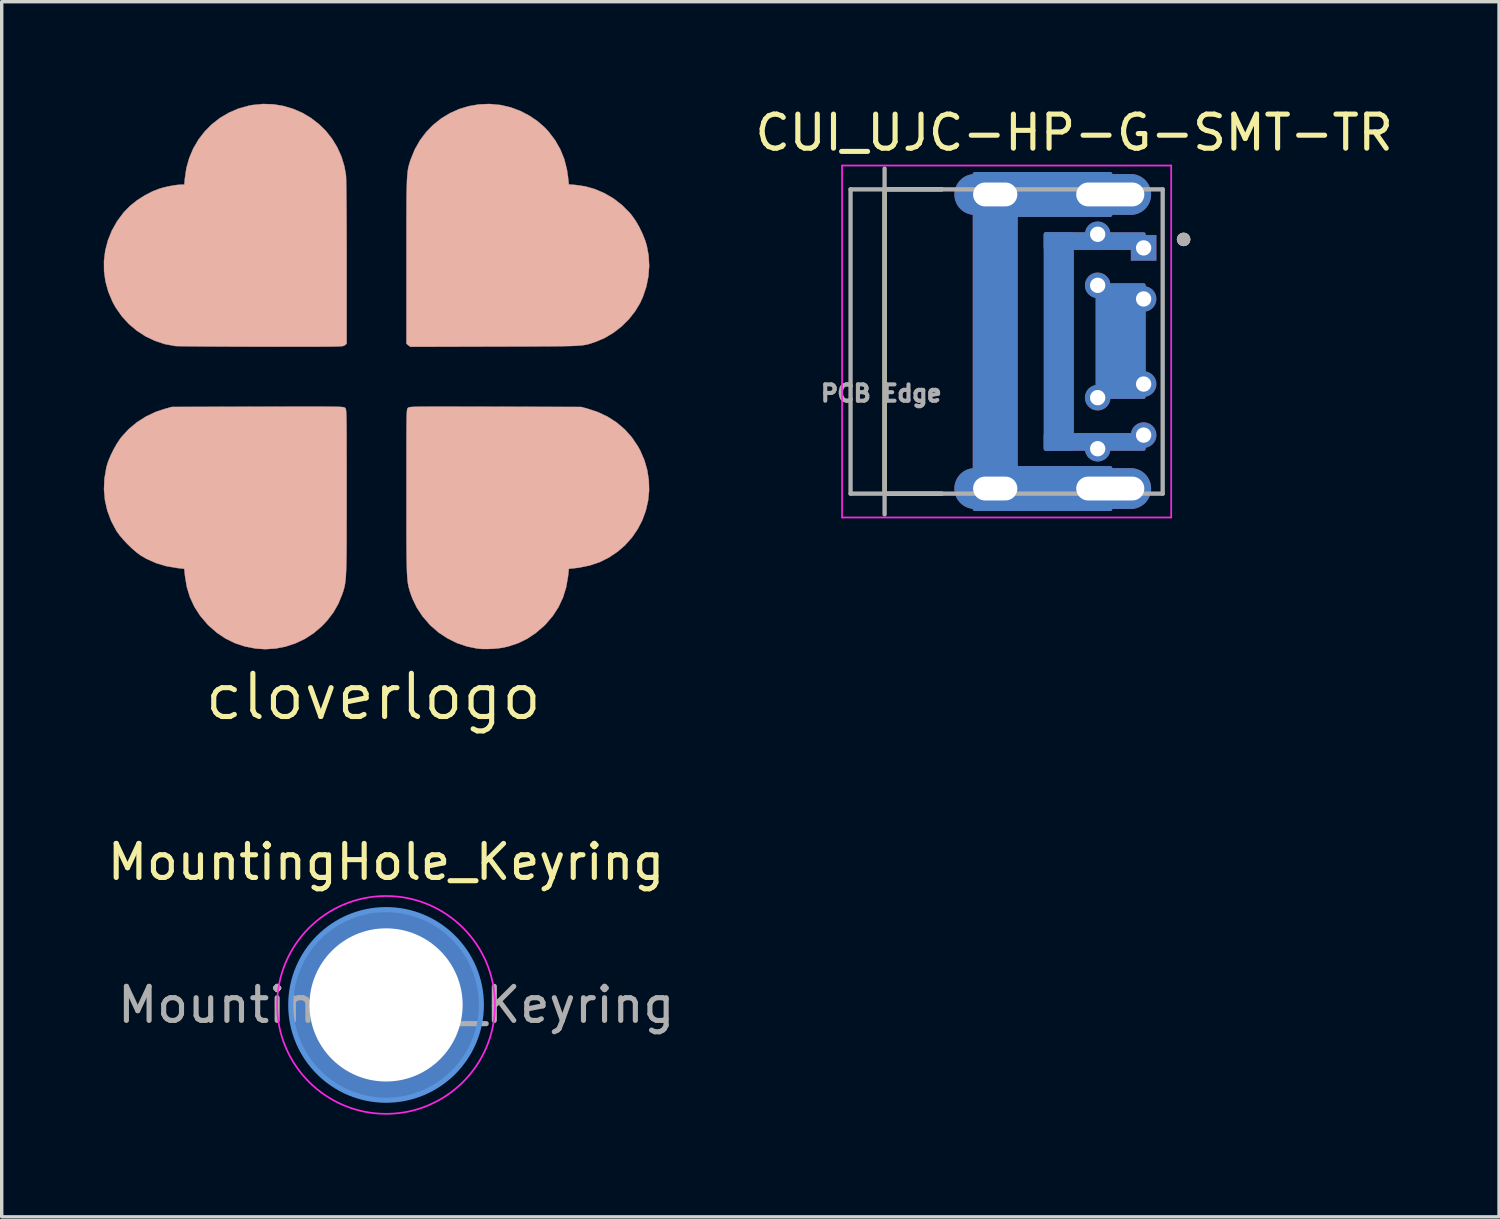
<source format=kicad_pcb>
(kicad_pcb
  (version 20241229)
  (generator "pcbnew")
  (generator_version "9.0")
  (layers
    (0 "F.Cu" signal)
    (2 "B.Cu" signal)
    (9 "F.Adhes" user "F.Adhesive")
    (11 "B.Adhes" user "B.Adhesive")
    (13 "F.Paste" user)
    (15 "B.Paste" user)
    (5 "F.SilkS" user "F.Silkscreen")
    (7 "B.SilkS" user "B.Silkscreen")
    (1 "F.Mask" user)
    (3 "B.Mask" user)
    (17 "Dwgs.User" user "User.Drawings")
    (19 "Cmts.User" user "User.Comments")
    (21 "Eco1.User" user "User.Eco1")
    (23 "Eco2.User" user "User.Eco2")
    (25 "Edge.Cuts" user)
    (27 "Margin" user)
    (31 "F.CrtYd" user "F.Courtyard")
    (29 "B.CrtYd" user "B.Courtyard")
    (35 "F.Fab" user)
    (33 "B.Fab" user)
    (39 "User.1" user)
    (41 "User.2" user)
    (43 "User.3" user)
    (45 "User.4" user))
  (footprint "MountingHole_Keyring"
    (layer "F.Cu")
    (at 8.292 26.474)
    (property "Reference" "MountingHole_Keyring" (at 0 -4.2 0) (layer "F.SilkS") (effects (font (size 1 1) (thickness 0.15))))
    (attr exclude_from_pos_files exclude_from_bom)
    (fp_circle (center 0 0) (end 2.8 0) (stroke (width 0.15) (type solid)) (fill no) (layer "Cmts.User"))
    (fp_circle (center 0 0) (end 3.2 0) (stroke (width 0.05) (type solid)) (fill no) (layer "F.CrtYd"))
    (fp_text user "${REFERENCE}" (at 0.3 0 0) (layer "F.Fab") (effects (font (size 1 1) (thickness 0.15))))
    (pad "1" thru_hole circle (at 0 0) (size 5.6 5.6) (drill 4.5) (layers "*.Cu" "*.Mask")))
  (footprint "CUI_UJC-HP-G-SMT-TR"
    (layer "F.Cu")
    (at 26.524 6.983)
    (property "Reference" "CUI_UJC-HP-G-SMT-TR" (at 1.985 -6.135 0) (layer "F.SilkS") (effects (font (size 1 1) (thickness 0.15))))
    (attr through_hole)
    (fp_rect (start -0.935 -4.92) (end 0.265 4.92) (stroke (width 0.12) (type solid)) (fill yes) (layer "F.Cu"))
    (fp_rect (start -0.335 3.72) (end 3.045 4.92) (stroke (width 0.12) (type solid)) (fill yes) (layer "F.Cu"))
    (fp_rect (start 1.151 -3.15) (end 1.913 3.15) (stroke (width 0.12) (type solid)) (fill yes) (layer "F.Cu"))
    (fp_rect (start 1.151 -3.15) (end 4.025 -2.75) (stroke (width 0.12) (type solid)) (fill yes) (layer "F.Cu"))
    (fp_rect (start 2.675 -1.65) (end 4.025 1.625) (stroke (width 0.12) (type solid)) (fill yes) (layer "F.Cu"))
    (fp_rect (start 3.045 -4.92) (end -0.335 -3.72) (stroke (width 0.12) (type solid)) (fill yes) (layer "F.Cu"))
    (fp_rect (start 4.025 2.75) (end 1.151 3.15) (stroke (width 0.12) (type solid)) (fill yes) (layer "F.Cu"))
    (fp_rect (start -0.935 -4.92) (end 0.265 4.92) (stroke (width 0.12) (type solid)) (fill yes) (layer "B.Cu"))
    (fp_rect (start -0.335 3.72) (end 3.045 4.92) (stroke (width 0.12) (type solid)) (fill yes) (layer "B.Cu"))
    (fp_rect (start 1.151 -3.15) (end 1.913 3.15) (stroke (width 0.12) (type solid)) (fill yes) (layer "B.Cu"))
    (fp_rect (start 1.151 -3.15) (end 4.025 -2.75) (stroke (width 0.12) (type solid)) (fill yes) (layer "B.Cu"))
    (fp_rect (start 2.675 -1.65) (end 4.025 1.625) (stroke (width 0.12) (type solid)) (fill yes) (layer "B.Cu"))
    (fp_rect (start 3.045 -4.92) (end -0.335 -3.72) (stroke (width 0.12) (type solid)) (fill yes) (layer "B.Cu"))
    (fp_rect (start 4.025 2.75) (end 1.151 3.15) (stroke (width 0.12) (type solid)) (fill yes) (layer "B.Cu"))
    (fp_line (start -3.585 -4.47) (end -3.585 4.47) (stroke (width 0.127) (type solid)) (layer "F.SilkS"))
    (fp_line (start -3.585 4.47) (end -1.9 4.47) (stroke (width 0.127) (type solid)) (layer "F.SilkS"))
    (fp_line (start -1.9 -4.47) (end -3.585 -4.47) (stroke (width 0.127) (type solid)) (layer "F.SilkS"))
    (fp_circle (center 5.2 -3) (end 5.3 -3) (stroke (width 0.2) (type solid)) (fill no) (layer "F.SilkS"))
    (fp_line (start -4.835 -5.17) (end -4.835 5.17) (stroke (width 0.05) (type solid)) (layer "F.CrtYd"))
    (fp_line (start -4.835 5.17) (end 4.835 5.17) (stroke (width 0.05) (type solid)) (layer "F.CrtYd"))
    (fp_line (start 4.835 -5.17) (end -4.835 -5.17) (stroke (width 0.05) (type solid)) (layer "F.CrtYd"))
    (fp_line (start 4.835 5.17) (end 4.835 -5.17) (stroke (width 0.05) (type solid)) (layer "F.CrtYd"))
    (fp_line (start -4.585 -4.47) (end -4.585 4.47) (stroke (width 0.127) (type solid)) (layer "F.Fab"))
    (fp_line (start -4.585 4.47) (end 4.585 4.47) (stroke (width 0.127) (type solid)) (layer "F.Fab"))
    (fp_line (start -3.585 -5.08) (end -3.585 5.08) (stroke (width 0.127) (type solid)) (layer "F.Fab"))
    (fp_line (start 4.585 -4.47) (end -4.585 -4.47) (stroke (width 0.127) (type solid)) (layer "F.Fab"))
    (fp_line (start 4.585 4.47) (end 4.585 -4.47) (stroke (width 0.127) (type solid)) (layer "F.Fab"))
    (fp_circle (center 5.2 -3) (end 5.3 -3) (stroke (width 0.2) (type solid)) (fill no) (layer "F.Fab"))
    (fp_text user "PCB Edge" (at -3.683 1.524 0) (layer "F.Fab") (effects (font (size 0.48 0.48) (thickness 0.15))))
    (pad "1" thru_hole circle (at 2.675 -1.65) (size 0.75 0.75) (drill 0.45) (layers "*.Cu" "*.Mask"))
    (pad "1" thru_hole circle (at 2.675 1.65) (size 0.75 0.75) (drill 0.45) (layers "*.Cu" "*.Mask"))
    (pad "1" thru_hole circle (at 4.025 -1.25) (size 0.75 0.75) (drill 0.45) (layers "*.Cu" "*.Mask"))
    (pad "1" thru_hole circle (at 4.025 1.25) (size 0.75 0.75) (drill 0.45) (layers "*.Cu" "*.Mask"))
    (pad "2" thru_hole circle (at 2.675 -3.15) (size 0.75 0.75) (drill 0.45) (layers "*.Cu" "*.Mask"))
    (pad "2" thru_hole circle (at 2.675 3.15) (size 0.75 0.75) (drill 0.45) (layers "*.Cu" "*.Mask"))
    (pad "2" thru_hole rect (at 4.025 -2.75) (size 0.75 0.75) (drill 0.45) (layers "*.Cu" "*.Mask"))
    (pad "2" thru_hole circle (at 4.025 2.75) (size 0.75 0.75) (drill 0.45) (layers "*.Cu" "*.Mask"))
    (pad "3" thru_hole oval (at -0.335 -4.32) (size 2.4 1.2) (drill oval 1.3 0.7) (layers "*.Cu" "*.Mask"))
    (pad "3" thru_hole oval (at -0.335 4.32) (size 2.4 1.2) (drill oval 1.3 0.7) (layers "*.Cu" "*.Mask"))
    (pad "3" thru_hole oval (at 3.045 -4.32) (size 2.4 1.2) (drill oval 2 0.7) (layers "*.Cu" "*.Mask"))
    (pad "3" thru_hole oval (at 3.045 4.32) (size 2.4 1.2) (drill oval 2 0.7) (layers "*.Cu" "*.Mask")))
  (footprint "cloverlogo"
    (layer "F.Cu")
    (at 7.917 7.92)
    (property "Reference" "cloverlogo" (at 0 9.5 0) (layer "F.SilkS") (effects (font (size 1.27 1.27) (thickness 0.15))))
    (attr through_hole)
    (fp_poly (pts (xy 3.73 -7.886) (xy 3.745 -7.884) (xy 4.032 -7.817) (xy 4.313 -7.713) (xy 4.58 -7.575) (xy 4.827 -7.408) (xy 5.048 -7.214) (xy 5.147 -7.106) (xy 5.34 -6.852) (xy 5.494 -6.583) (xy 5.61 -6.297) (xy 5.688 -5.992) (xy 5.72 -5.776) (xy 5.745 -5.551) (xy 5.931 -5.537) (xy 6.227 -5.494) (xy 6.517 -5.411) (xy 6.796 -5.291) (xy 7.06 -5.136) (xy 7.302 -4.949) (xy 7.52 -4.732) (xy 7.588 -4.652) (xy 7.702 -4.492) (xy 7.812 -4.303) (xy 7.91 -4.101) (xy 7.99 -3.899) (xy 8.033 -3.757) (xy 8.089 -3.461) (xy 8.105 -3.157) (xy 8.082 -2.85) (xy 8.021 -2.547) (xy 7.923 -2.254) (xy 7.842 -2.074) (xy 7.692 -1.824) (xy 7.508 -1.591) (xy 7.296 -1.381) (xy 7.059 -1.197) (xy 6.805 -1.045) (xy 6.539 -0.93) (xy 6.51 -0.92) (xy 6.456 -0.902) (xy 6.407 -0.886) (xy 6.361 -0.871) (xy 6.316 -0.858) (xy 6.268 -0.847) (xy 6.216 -0.837) (xy 6.157 -0.828) (xy 6.088 -0.821) (xy 6.007 -0.815) (xy 5.911 -0.809) (xy 5.799 -0.805) (xy 5.667 -0.802) (xy 5.512 -0.799) (xy 5.333 -0.797) (xy 5.128 -0.795) (xy 4.892 -0.794) (xy 4.624 -0.792) (xy 4.322 -0.791) (xy 3.983 -0.79) (xy 3.604 -0.789) (xy 3.565 -0.789) (xy 1.087 -0.782) (xy 0.974 -0.871) (xy 0.974 -3.288) (xy 0.974 -3.675) (xy 0.974 -4.022) (xy 0.974 -4.332) (xy 0.975 -4.607) (xy 0.976 -4.85) (xy 0.977 -5.063) (xy 0.979 -5.249) (xy 0.982 -5.41) (xy 0.986 -5.549) (xy 0.99 -5.668) (xy 0.996 -5.769) (xy 1.003 -5.856) (xy 1.011 -5.931) (xy 1.02 -5.996) (xy 1.031 -6.054) (xy 1.044 -6.106) (xy 1.058 -6.157) (xy 1.074 -6.208) (xy 1.091 -6.262) (xy 1.101 -6.29) (xy 1.22 -6.581) (xy 1.372 -6.848) (xy 1.554 -7.09) (xy 1.763 -7.304) (xy 1.997 -7.49) (xy 2.251 -7.644) (xy 2.523 -7.766) (xy 2.81 -7.852) (xy 3.109 -7.903) (xy 3.417 -7.915) (xy 3.73 -7.886)) (stroke (width 0.01) (type solid)) (fill yes) (layer "B.SilkS"))
    (fp_poly (pts (xy -2.934 -7.905) (xy -2.639 -7.856) (xy -2.356 -7.772) (xy -2.086 -7.655) (xy -1.835 -7.506) (xy -1.603 -7.328) (xy -1.394 -7.124) (xy -1.212 -6.894) (xy -1.058 -6.641) (xy -0.935 -6.368) (xy -0.848 -6.077) (xy -0.805 -5.837) (xy -0.801 -5.786) (xy -0.798 -5.693) (xy -0.795 -5.561) (xy -0.792 -5.39) (xy -0.79 -5.181) (xy -0.788 -4.936) (xy -0.786 -4.656) (xy -0.785 -4.342) (xy -0.784 -3.995) (xy -0.783 -3.617) (xy -0.783 -3.267) (xy -0.783 -0.871) (xy -0.839 -0.827) (xy -0.848 -0.82) (xy -0.858 -0.814) (xy -0.872 -0.809) (xy -0.893 -0.804) (xy -0.921 -0.8) (xy -0.961 -0.797) (xy -1.014 -0.794) (xy -1.082 -0.791) (xy -1.168 -0.789) (xy -1.274 -0.788) (xy -1.403 -0.787) (xy -1.557 -0.786) (xy -1.738 -0.785) (xy -1.948 -0.785) (xy -2.191 -0.785) (xy -2.468 -0.785) (xy -2.782 -0.785) (xy -3.134 -0.786) (xy -3.289 -0.786) (xy -3.607 -0.786) (xy -3.915 -0.787) (xy -4.21 -0.788) (xy -4.489 -0.789) (xy -4.75 -0.791) (xy -4.989 -0.792) (xy -5.204 -0.794) (xy -5.392 -0.796) (xy -5.55 -0.798) (xy -5.675 -0.8) (xy -5.764 -0.802) (xy -5.814 -0.804) (xy -5.821 -0.805) (xy -6.124 -0.861) (xy -6.415 -0.957) (xy -6.69 -1.088) (xy -6.946 -1.254) (xy -7.18 -1.451) (xy -7.387 -1.677) (xy -7.564 -1.928) (xy -7.662 -2.106) (xy -7.785 -2.401) (xy -7.868 -2.701) (xy -7.91 -3.006) (xy -7.912 -3.31) (xy -7.874 -3.611) (xy -7.797 -3.906) (xy -7.682 -4.193) (xy -7.528 -4.467) (xy -7.336 -4.725) (xy -7.308 -4.757) (xy -7.139 -4.927) (xy -6.938 -5.087) (xy -6.715 -5.229) (xy -6.483 -5.349) (xy -6.276 -5.428) (xy -6.156 -5.463) (xy -6.02 -5.494) (xy -5.88 -5.52) (xy -5.751 -5.538) (xy -5.647 -5.546) (xy -5.639 -5.546) (xy -5.552 -5.546) (xy -5.537 -5.717) (xy -5.491 -6.03) (xy -5.407 -6.329) (xy -5.288 -6.609) (xy -5.135 -6.87) (xy -4.952 -7.108) (xy -4.741 -7.32) (xy -4.504 -7.505) (xy -4.244 -7.658) (xy -3.963 -7.779) (xy -3.663 -7.863) (xy -3.546 -7.885) (xy -3.237 -7.915) (xy -2.934 -7.905)) (stroke (width 0.01) (type solid)) (fill yes) (layer "B.SilkS"))
    (fp_poly (pts (xy 2.339 0.976) (xy 2.611 0.977) (xy 2.919 0.977) (xy 3.266 0.978) (xy 3.583 0.979) (xy 6.107 0.986) (xy 6.283 1.033) (xy 6.598 1.137) (xy 6.888 1.274) (xy 7.151 1.444) (xy 7.387 1.645) (xy 7.594 1.876) (xy 7.771 2.138) (xy 7.838 2.258) (xy 7.963 2.545) (xy 8.048 2.839) (xy 8.095 3.138) (xy 8.103 3.438) (xy 8.074 3.734) (xy 8.008 4.025) (xy 7.907 4.305) (xy 7.77 4.571) (xy 7.6 4.82) (xy 7.396 5.048) (xy 7.181 5.235) (xy 6.925 5.407) (xy 6.656 5.542) (xy 6.368 5.64) (xy 6.058 5.704) (xy 5.962 5.717) (xy 5.745 5.741) (xy 5.721 5.966) (xy 5.666 6.283) (xy 5.574 6.582) (xy 5.443 6.862) (xy 5.276 7.122) (xy 5.071 7.362) (xy 5.013 7.42) (xy 4.772 7.628) (xy 4.521 7.796) (xy 4.255 7.926) (xy 3.971 8.02) (xy 3.81 8.057) (xy 3.67 8.077) (xy 3.509 8.091) (xy 3.343 8.097) (xy 3.187 8.095) (xy 3.059 8.084) (xy 2.753 8.022) (xy 2.458 7.922) (xy 2.179 7.784) (xy 1.92 7.613) (xy 1.687 7.411) (xy 1.651 7.374) (xy 1.445 7.134) (xy 1.279 6.883) (xy 1.15 6.616) (xy 1.088 6.445) (xy 1.071 6.392) (xy 1.056 6.341) (xy 1.043 6.291) (xy 1.031 6.239) (xy 1.02 6.182) (xy 1.011 6.119) (xy 1.003 6.046) (xy 0.997 5.961) (xy 0.991 5.862) (xy 0.987 5.746) (xy 0.983 5.61) (xy 0.98 5.453) (xy 0.978 5.271) (xy 0.976 5.062) (xy 0.975 4.824) (xy 0.974 4.553) (xy 0.974 4.249) (xy 0.974 3.907) (xy 0.974 3.526) (xy 0.974 3.466) (xy 0.974 3.096) (xy 0.974 2.766) (xy 0.974 2.473) (xy 0.974 2.216) (xy 0.975 1.991) (xy 0.975 1.798) (xy 0.976 1.633) (xy 0.977 1.493) (xy 0.979 1.378) (xy 0.981 1.283) (xy 0.983 1.208) (xy 0.986 1.15) (xy 0.989 1.105) (xy 0.993 1.073) (xy 0.997 1.051) (xy 1.002 1.035) (xy 1.008 1.025) (xy 1.014 1.018) (xy 1.017 1.015) (xy 1.024 1.009) (xy 1.032 1.003) (xy 1.045 0.998) (xy 1.064 0.993) (xy 1.091 0.99) (xy 1.13 0.986) (xy 1.181 0.983) (xy 1.248 0.981) (xy 1.333 0.979) (xy 1.438 0.978) (xy 1.564 0.977) (xy 1.716 0.976) (xy 1.894 0.976) (xy 2.101 0.976) (xy 2.339 0.976)) (stroke (width 0.01) (type solid)) (fill yes) (layer "B.SilkS"))
    (fp_poly (pts (xy -1.671 0.976) (xy -1.497 0.976) (xy -1.35 0.977) (xy -1.228 0.978) (xy -1.127 0.98) (xy -1.045 0.981) (xy -0.981 0.984) (xy -0.932 0.987) (xy -0.896 0.99) (xy -0.87 0.994) (xy -0.852 0.999) (xy -0.84 1.004) (xy -0.832 1.01) (xy -0.826 1.015) (xy -0.82 1.022) (xy -0.814 1.031) (xy -0.808 1.045) (xy -0.804 1.064) (xy -0.8 1.093) (xy -0.796 1.133) (xy -0.793 1.186) (xy -0.791 1.255) (xy -0.789 1.342) (xy -0.787 1.45) (xy -0.786 1.581) (xy -0.785 1.737) (xy -0.784 1.92) (xy -0.784 2.134) (xy -0.784 2.379) (xy -0.783 2.659) (xy -0.783 2.976) (xy -0.783 3.332) (xy -0.783 3.466) (xy -0.783 3.854) (xy -0.783 4.203) (xy -0.784 4.514) (xy -0.784 4.79) (xy -0.785 5.034) (xy -0.787 5.248) (xy -0.789 5.435) (xy -0.792 5.597) (xy -0.796 5.737) (xy -0.801 5.857) (xy -0.806 5.96) (xy -0.813 6.048) (xy -0.822 6.123) (xy -0.831 6.189) (xy -0.842 6.248) (xy -0.855 6.302) (xy -0.869 6.354) (xy -0.885 6.405) (xy -0.903 6.46) (xy -0.911 6.483) (xy -1.023 6.759) (xy -1.167 7.014) (xy -1.348 7.253) (xy -1.517 7.432) (xy -1.752 7.632) (xy -2.01 7.799) (xy -2.286 7.93) (xy -2.576 8.026) (xy -2.875 8.084) (xy -3.178 8.102) (xy -3.45 8.084) (xy -3.766 8.024) (xy -4.061 7.927) (xy -4.337 7.792) (xy -4.595 7.62) (xy -4.835 7.409) (xy -4.881 7.361) (xy -5.088 7.117) (xy -5.256 6.856) (xy -5.385 6.578) (xy -5.477 6.281) (xy -5.53 5.966) (xy -5.554 5.741) (xy -5.764 5.717) (xy -6.086 5.662) (xy -6.387 5.571) (xy -6.667 5.446) (xy -6.839 5.345) (xy -6.957 5.257) (xy -7.088 5.144) (xy -7.221 5.015) (xy -7.348 4.88) (xy -7.459 4.748) (xy -7.545 4.628) (xy -7.552 4.616) (xy -7.703 4.33) (xy -7.814 4.034) (xy -7.883 3.728) (xy -7.912 3.415) (xy -7.899 3.096) (xy -7.844 2.774) (xy -7.83 2.717) (xy -7.784 2.573) (xy -7.716 2.411) (xy -7.633 2.241) (xy -7.541 2.078) (xy -7.446 1.933) (xy -7.396 1.867) (xy -7.185 1.637) (xy -6.945 1.437) (xy -6.679 1.267) (xy -6.391 1.131) (xy -6.123 1.042) (xy -5.916 0.985) (xy -3.393 0.979) (xy -3.013 0.978) (xy -2.674 0.977) (xy -2.372 0.976) (xy -2.106 0.976) (xy -1.873 0.976) (xy -1.671 0.976)) (stroke (width 0.01) (type solid)) (fill yes) (layer "B.SilkS")))
  (gr_rect
    (start -3 -3)
    (end 40.991 32.699)
    (stroke (width 0.1) (type default))
    (fill no)
    (layer "Edge.Cuts")))
</source>
